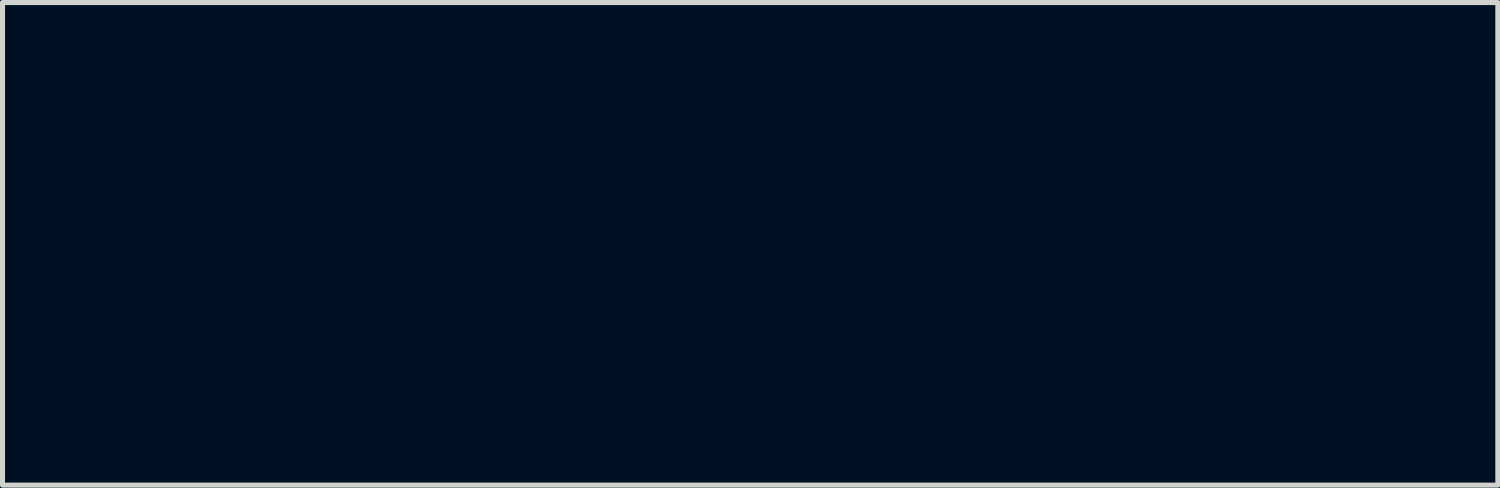
<source format=kicad_pcb>
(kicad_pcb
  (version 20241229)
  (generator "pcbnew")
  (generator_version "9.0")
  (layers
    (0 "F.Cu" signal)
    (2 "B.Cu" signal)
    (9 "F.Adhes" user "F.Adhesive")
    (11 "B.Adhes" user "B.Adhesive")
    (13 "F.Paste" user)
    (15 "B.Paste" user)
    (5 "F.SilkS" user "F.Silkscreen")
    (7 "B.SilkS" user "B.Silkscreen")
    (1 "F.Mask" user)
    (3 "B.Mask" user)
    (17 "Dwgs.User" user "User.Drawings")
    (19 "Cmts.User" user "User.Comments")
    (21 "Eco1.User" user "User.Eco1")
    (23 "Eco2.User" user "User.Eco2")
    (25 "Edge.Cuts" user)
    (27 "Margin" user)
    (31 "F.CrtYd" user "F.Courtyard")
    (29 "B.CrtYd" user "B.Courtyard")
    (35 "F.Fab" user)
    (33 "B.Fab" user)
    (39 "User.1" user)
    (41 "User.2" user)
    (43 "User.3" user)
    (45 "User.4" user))
  (footprint "Zynthian Logo Mask"
    (layer "F.Cu")
    (at 11.8 1.704)
    (property "Reference" "Zynthian Logo Mask" (at 0 0 0) (layer "F.Mask") (effects (font (size 1.524 1.524) (thickness 0.3))))
    (attr through_hole)
    (fp_poly (pts (xy 4.699 1.159) (xy 4.556 1.159) (xy 4.556 -1.032) (xy 4.699 -1.032) (xy 4.699 1.159)) (stroke (width 0.01) (type solid)) (fill yes) (layer "F.Mask"))
    (fp_poly (pts (xy 1.921 -1.032) (xy 2.508 -1.032) (xy 2.508 -0.905) (xy 1.921 -0.905) (xy 1.921 1.159) (xy 1.778 1.159) (xy 1.778 -1.699) (xy 1.921 -1.699) (xy 1.921 -1.032)) (stroke (width 0.01) (type solid)) (fill yes) (layer "F.Mask"))
    (fp_poly (pts (xy 4.683 -1.431) (xy 4.718 -1.393) (xy 4.731 -1.339) (xy 4.718 -1.288) (xy 4.684 -1.253) (xy 4.639 -1.239) (xy 4.59 -1.247) (xy 4.556 -1.27) (xy 4.528 -1.317) (xy 4.526 -1.365) (xy 4.547 -1.408) (xy 4.588 -1.437) (xy 4.63 -1.445) (xy 4.683 -1.431)) (stroke (width 0.01) (type solid)) (fill yes) (layer "F.Mask"))
    (fp_poly (pts (xy 2.826 -1.032) (xy 3.179 -1.032) (xy 3.338 -1.03) (xy 3.469 -1.026) (xy 3.577 -1.017) (xy 3.665 -1.004) (xy 3.737 -0.984) (xy 3.798 -0.958) (xy 3.851 -0.925) (xy 3.901 -0.884) (xy 3.909 -0.876) (xy 3.95 -0.827) (xy 3.988 -0.766) (xy 4.005 -0.731) (xy 4.012 -0.712) (xy 4.019 -0.692) (xy 4.024 -0.671) (xy 4.028 -0.644) (xy 4.032 -0.609) (xy 4.035 -0.563) (xy 4.037 -0.504) (xy 4.039 -0.429) (xy 4.041 -0.336) (xy 4.042 -0.221) (xy 4.043 -0.082) (xy 4.044 0.083) (xy 4.045 0.258) (xy 4.049 1.159) (xy 3.922 1.159) (xy 3.918 0.273) (xy 3.913 -0.612) (xy 3.873 -0.689) (xy 3.84 -0.747) (xy 3.803 -0.793) (xy 3.757 -0.83) (xy 3.701 -0.858) (xy 3.63 -0.878) (xy 3.541 -0.892) (xy 3.429 -0.9) (xy 3.292 -0.904) (xy 3.179 -0.905) (xy 2.826 -0.905) (xy 2.826 1.159) (xy 2.699 1.159) (xy 2.699 -1.699) (xy 2.826 -1.699) (xy 2.826 -1.032)) (stroke (width 0.01) (type solid)) (fill yes) (layer "F.Mask"))
    (fp_poly (pts (xy -1.87 -0.147) (xy -1.869 0.043) (xy -1.868 0.204) (xy -1.867 0.338) (xy -1.866 0.449) (xy -1.864 0.538) (xy -1.862 0.609) (xy -1.86 0.664) (xy -1.857 0.705) (xy -1.853 0.736) (xy -1.849 0.759) (xy -1.843 0.776) (xy -1.837 0.791) (xy -1.831 0.802) (xy -1.764 0.894) (xy -1.676 0.968) (xy -1.619 0.999) (xy -1.595 1.009) (xy -1.569 1.017) (xy -1.537 1.022) (xy -1.494 1.026) (xy -1.437 1.029) (xy -1.361 1.031) (xy -1.261 1.031) (xy -1.147 1.032) (xy -0.746 1.032) (xy -0.746 -1.032) (xy -0.618 -1.032) (xy -0.623 0.21) (xy -0.627 1.453) (xy -0.672 1.548) (xy -0.725 1.642) (xy -0.788 1.712) (xy -0.869 1.768) (xy -0.911 1.789) (xy -1.008 1.834) (xy -1.496 1.839) (xy -1.984 1.844) (xy -1.984 1.717) (xy -1.496 1.712) (xy -1.008 1.707) (xy -0.936 1.664) (xy -0.86 1.604) (xy -0.798 1.525) (xy -0.762 1.443) (xy -0.754 1.4) (xy -0.748 1.338) (xy -0.746 1.275) (xy -0.746 1.161) (xy -1.179 1.156) (xy -1.308 1.154) (xy -1.41 1.153) (xy -1.488 1.15) (xy -1.547 1.147) (xy -1.591 1.143) (xy -1.625 1.138) (xy -1.652 1.13) (xy -1.676 1.121) (xy -1.691 1.114) (xy -1.786 1.054) (xy -1.868 0.971) (xy -1.93 0.872) (xy -1.953 0.814) (xy -1.959 0.791) (xy -1.965 0.766) (xy -1.97 0.738) (xy -1.974 0.704) (xy -1.977 0.66) (xy -1.98 0.605) (xy -1.981 0.535) (xy -1.983 0.447) (xy -1.984 0.339) (xy -1.984 0.208) (xy -1.984 0.051) (xy -1.984 -0.134) (xy -1.984 -1.032) (xy -1.875 -1.032) (xy -1.87 -0.147)) (stroke (width 0.01) (type solid)) (fill yes) (layer "F.Mask"))
    (fp_poly (pts (xy 0.676 -1.029) (xy 0.781 -1.024) (xy 0.878 -1.016) (xy 0.957 -1.005) (xy 1.013 -0.992) (xy 1.013 -0.992) (xy 1.115 -0.941) (xy 1.2 -0.867) (xy 1.262 -0.775) (xy 1.273 -0.75) (xy 1.281 -0.73) (xy 1.287 -0.711) (xy 1.293 -0.689) (xy 1.298 -0.663) (xy 1.301 -0.629) (xy 1.304 -0.585) (xy 1.307 -0.528) (xy 1.309 -0.456) (xy 1.31 -0.365) (xy 1.311 -0.254) (xy 1.312 -0.119) (xy 1.313 0.043) (xy 1.314 0.233) (xy 1.314 0.25) (xy 1.319 1.159) (xy 1.191 1.159) (xy 1.191 0.297) (xy 1.191 0.097) (xy 1.19 -0.073) (xy 1.189 -0.217) (xy 1.188 -0.337) (xy 1.185 -0.436) (xy 1.181 -0.516) (xy 1.176 -0.58) (xy 1.169 -0.63) (xy 1.16 -0.669) (xy 1.149 -0.7) (xy 1.136 -0.726) (xy 1.12 -0.748) (xy 1.101 -0.77) (xy 1.096 -0.775) (xy 1.051 -0.814) (xy 0.995 -0.85) (xy 0.972 -0.862) (xy 0.942 -0.875) (xy 0.911 -0.884) (xy 0.874 -0.89) (xy 0.825 -0.894) (xy 0.759 -0.896) (xy 0.669 -0.897) (xy 0.619 -0.897) (xy 0.497 -0.896) (xy 0.401 -0.893) (xy 0.327 -0.885) (xy 0.269 -0.873) (xy 0.222 -0.854) (xy 0.181 -0.828) (xy 0.141 -0.793) (xy 0.127 -0.779) (xy 0.08 -0.727) (xy 0.051 -0.679) (xy 0.034 -0.623) (xy 0.034 -0.621) (xy 0.029 -0.581) (xy 0.025 -0.51) (xy 0.022 -0.407) (xy 0.019 -0.272) (xy 0.017 -0.105) (xy 0.016 0.093) (xy 0.016 0.31) (xy 0.016 1.159) (xy -0.096 1.159) (xy -0.092 0.242) (xy -0.087 -0.675) (xy -0.051 -0.754) (xy 0.008 -0.851) (xy 0.085 -0.925) (xy 0.184 -0.979) (xy 0.308 -1.015) (xy 0.312 -1.016) (xy 0.379 -1.025) (xy 0.468 -1.03) (xy 0.569 -1.031) (xy 0.676 -1.029)) (stroke (width 0.01) (type solid)) (fill yes) (layer "F.Mask"))
    (fp_poly (pts (xy 7.919 -1.023) (xy 8.001 -1.022) (xy 8.063 -1.02) (xy 8.109 -1.015) (xy 8.147 -1.009) (xy 8.18 -0.999) (xy 8.215 -0.986) (xy 8.215 -0.986) (xy 8.316 -0.931) (xy 8.398 -0.856) (xy 8.456 -0.766) (xy 8.472 -0.727) (xy 8.478 -0.706) (xy 8.483 -0.682) (xy 8.487 -0.651) (xy 8.491 -0.61) (xy 8.494 -0.558) (xy 8.497 -0.492) (xy 8.499 -0.408) (xy 8.5 -0.304) (xy 8.502 -0.178) (xy 8.503 -0.027) (xy 8.505 0.151) (xy 8.505 0.258) (xy 8.511 1.159) (xy 8.382 1.159) (xy 8.382 0.31) (xy 8.382 0.1) (xy 8.381 -0.086) (xy 8.379 -0.246) (xy 8.377 -0.38) (xy 8.374 -0.486) (xy 8.37 -0.562) (xy 8.366 -0.609) (xy 8.365 -0.617) (xy 8.332 -0.702) (xy 8.275 -0.779) (xy 8.201 -0.841) (xy 8.148 -0.868) (xy 8.115 -0.879) (xy 8.077 -0.887) (xy 8.028 -0.892) (xy 7.964 -0.895) (xy 7.877 -0.897) (xy 7.787 -0.897) (xy 7.664 -0.896) (xy 7.569 -0.892) (xy 7.494 -0.883) (xy 7.436 -0.868) (xy 7.389 -0.847) (xy 7.347 -0.817) (xy 7.306 -0.777) (xy 7.305 -0.776) (xy 7.285 -0.754) (xy 7.268 -0.732) (xy 7.253 -0.708) (xy 7.241 -0.679) (xy 7.232 -0.642) (xy 7.224 -0.595) (xy 7.218 -0.536) (xy 7.214 -0.461) (xy 7.211 -0.368) (xy 7.209 -0.254) (xy 7.208 -0.117) (xy 7.207 0.045) (xy 7.207 0.236) (xy 7.207 0.297) (xy 7.207 1.159) (xy 7.096 1.159) (xy 7.096 0.275) (xy 7.096 0.07) (xy 7.096 -0.106) (xy 7.097 -0.256) (xy 7.099 -0.381) (xy 7.102 -0.485) (xy 7.106 -0.57) (xy 7.112 -0.639) (xy 7.12 -0.694) (xy 7.131 -0.738) (xy 7.144 -0.773) (xy 7.16 -0.802) (xy 7.179 -0.828) (xy 7.202 -0.853) (xy 7.229 -0.88) (xy 7.23 -0.882) (xy 7.277 -0.925) (xy 7.324 -0.959) (xy 7.375 -0.984) (xy 7.435 -1.002) (xy 7.509 -1.014) (xy 7.602 -1.02) (xy 7.719 -1.023) (xy 7.811 -1.024) (xy 7.919 -1.023)) (stroke (width 0.01) (type solid)) (fill yes) (layer "F.Mask"))
    (fp_poly (pts (xy -3.128 -1.028) (xy -2.967 -1.027) (xy -2.835 -1.026) (xy -2.729 -1.025) (xy -2.646 -1.023) (xy -2.582 -1.021) (xy -2.535 -1.018) (xy -2.503 -1.015) (xy -2.481 -1.01) (xy -2.467 -1.005) (xy -2.459 -0.998) (xy -2.454 -0.992) (xy -2.443 -0.977) (xy -2.435 -0.962) (xy -2.431 -0.944) (xy -2.432 -0.923) (xy -2.439 -0.895) (xy -2.453 -0.859) (xy -2.475 -0.813) (xy -2.506 -0.755) (xy -2.548 -0.683) (xy -2.6 -0.596) (xy -2.664 -0.49) (xy -2.742 -0.364) (xy -2.834 -0.217) (xy -2.941 -0.046) (xy -3.01 0.065) (xy -3.108 0.221) (xy -3.201 0.369) (xy -3.287 0.507) (xy -3.366 0.633) (xy -3.435 0.745) (xy -3.494 0.841) (xy -3.542 0.917) (xy -3.576 0.972) (xy -3.595 1.005) (xy -3.599 1.012) (xy -3.586 1.017) (xy -3.546 1.022) (xy -3.484 1.026) (xy -3.403 1.029) (xy -3.309 1.031) (xy -3.205 1.032) (xy -3.098 1.033) (xy -2.991 1.033) (xy -2.888 1.031) (xy -2.795 1.029) (xy -2.715 1.026) (xy -2.654 1.022) (xy -2.616 1.017) (xy -2.61 1.016) (xy -2.576 1.001) (xy -2.552 0.979) (xy -2.534 0.946) (xy -2.523 0.896) (xy -2.516 0.826) (xy -2.512 0.729) (xy -2.511 0.71) (xy -2.505 0.492) (xy -2.378 0.492) (xy -2.384 0.734) (xy -2.387 0.843) (xy -2.393 0.924) (xy -2.403 0.985) (xy -2.417 1.029) (xy -2.438 1.063) (xy -2.466 1.09) (xy -2.478 1.099) (xy -2.521 1.123) (xy -2.574 1.142) (xy -2.581 1.144) (xy -2.618 1.148) (xy -2.68 1.152) (xy -2.763 1.155) (xy -2.862 1.157) (xy -2.972 1.159) (xy -3.089 1.159) (xy -3.208 1.159) (xy -3.325 1.157) (xy -3.435 1.155) (xy -3.533 1.153) (xy -3.614 1.149) (xy -3.675 1.145) (xy -3.71 1.14) (xy -3.715 1.138) (xy -3.749 1.105) (xy -3.76 1.057) (xy -3.746 0.999) (xy -3.741 0.989) (xy -3.729 0.968) (xy -3.701 0.923) (xy -3.66 0.855) (xy -3.606 0.768) (xy -3.541 0.662) (xy -3.466 0.542) (xy -3.383 0.408) (xy -3.293 0.264) (xy -3.198 0.111) (xy -3.144 0.024) (xy -2.571 -0.897) (xy -3.174 -0.901) (xy -3.778 -0.905) (xy -3.778 -1.033) (xy -3.128 -1.028)) (stroke (width 0.01) (type solid)) (fill yes) (layer "F.Mask"))
    (fp_poly (pts (xy 5.695 -1.029) (xy 5.833 -1.027) (xy 5.944 -1.025) (xy 6.03 -1.023) (xy 6.097 -1.02) (xy 6.148 -1.017) (xy 6.187 -1.012) (xy 6.218 -1.006) (xy 6.245 -0.998) (xy 6.272 -0.987) (xy 6.277 -0.986) (xy 6.383 -0.928) (xy 6.471 -0.851) (xy 6.535 -0.757) (xy 6.543 -0.742) (xy 6.58 -0.659) (xy 6.58 0.818) (xy 6.533 0.903) (xy 6.464 0.998) (xy 6.374 1.077) (xy 6.293 1.122) (xy 6.248 1.134) (xy 6.179 1.144) (xy 6.091 1.151) (xy 5.993 1.155) (xy 5.89 1.156) (xy 5.79 1.155) (xy 5.7 1.15) (xy 5.627 1.142) (xy 5.588 1.134) (xy 5.467 1.087) (xy 5.366 1.017) (xy 5.288 0.928) (xy 5.236 0.821) (xy 5.23 0.801) (xy 5.221 0.764) (xy 5.215 0.721) (xy 5.211 0.666) (xy 5.209 0.594) (xy 5.208 0.502) (xy 5.319 0.502) (xy 5.321 0.608) (xy 5.327 0.692) (xy 5.338 0.758) (xy 5.354 0.81) (xy 5.377 0.853) (xy 5.408 0.891) (xy 5.426 0.909) (xy 5.472 0.95) (xy 5.52 0.981) (xy 5.574 1.003) (xy 5.641 1.018) (xy 5.725 1.027) (xy 5.832 1.03) (xy 5.905 1.031) (xy 5.999 1.03) (xy 6.086 1.027) (xy 6.159 1.023) (xy 6.212 1.018) (xy 6.231 1.014) (xy 6.291 0.986) (xy 6.352 0.936) (xy 6.405 0.875) (xy 6.442 0.812) (xy 6.447 0.798) (xy 6.454 0.76) (xy 6.459 0.691) (xy 6.465 0.592) (xy 6.469 0.464) (xy 6.472 0.306) (xy 6.473 0.257) (xy 6.48 -0.225) (xy 6.046 -0.219) (xy 5.911 -0.217) (xy 5.805 -0.214) (xy 5.723 -0.211) (xy 5.661 -0.208) (xy 5.615 -0.203) (xy 5.583 -0.197) (xy 5.56 -0.189) (xy 5.556 -0.187) (xy 5.468 -0.135) (xy 5.401 -0.066) (xy 5.37 -0.019) (xy 5.355 0.008) (xy 5.344 0.032) (xy 5.336 0.06) (xy 5.33 0.096) (xy 5.326 0.145) (xy 5.324 0.213) (xy 5.322 0.305) (xy 5.321 0.368) (xy 5.319 0.502) (xy 5.208 0.502) (xy 5.208 0.501) (xy 5.21 0.381) (xy 5.21 0.369) (xy 5.212 0.254) (xy 5.214 0.165) (xy 5.217 0.098) (xy 5.222 0.049) (xy 5.228 0.012) (xy 5.236 -0.018) (xy 5.247 -0.044) (xy 5.248 -0.048) (xy 5.313 -0.154) (xy 5.4 -0.237) (xy 5.474 -0.281) (xy 5.564 -0.325) (xy 6.017 -0.333) (xy 6.469 -0.341) (xy 6.465 -0.476) (xy 6.453 -0.596) (xy 6.423 -0.692) (xy 6.374 -0.767) (xy 6.303 -0.827) (xy 6.29 -0.835) (xy 6.234 -0.865) (xy 6.178 -0.887) (xy 6.148 -0.895) (xy 6.116 -0.897) (xy 6.058 -0.9) (xy 5.977 -0.902) (xy 5.88 -0.903) (xy 5.769 -0.904) (xy 5.651 -0.905) (xy 5.648 -0.905) (xy 5.207 -0.905) (xy 5.207 -1.034) (xy 5.695 -1.029)) (stroke (width 0.01) (type solid)) (fill yes) (layer "F.Mask"))
    (fp_poly (pts (xy -5.144 -1.475) (xy -5.035 -1.406) (xy -4.946 -1.314) (xy -4.891 -1.222) (xy -4.85 -1.135) (xy -4.85 0.024) (xy -4.85 0.243) (xy -4.85 0.433) (xy -4.85 0.596) (xy -4.851 0.734) (xy -4.851 0.849) (xy -4.852 0.944) (xy -4.854 1.021) (xy -4.855 1.082) (xy -4.858 1.13) (xy -4.861 1.166) (xy -4.864 1.194) (xy -4.868 1.215) (xy -4.873 1.232) (xy -4.879 1.246) (xy -4.884 1.258) (xy -4.935 1.342) (xy -5.005 1.422) (xy -5.083 1.488) (xy -5.148 1.526) (xy -5.231 1.564) (xy -6.652 1.567) (xy -6.897 1.568) (xy -7.112 1.568) (xy -7.299 1.569) (xy -7.462 1.569) (xy -7.6 1.568) (xy -7.717 1.568) (xy -7.815 1.567) (xy -7.895 1.566) (xy -7.96 1.564) (xy -8.012 1.562) (xy -8.053 1.56) (xy -8.084 1.557) (xy -8.109 1.553) (xy -8.128 1.549) (xy -8.145 1.544) (xy -8.159 1.539) (xy -8.266 1.487) (xy -8.354 1.414) (xy -8.41 1.343) (xy -8.427 1.318) (xy -8.441 1.294) (xy -8.454 1.271) (xy -8.465 1.244) (xy -8.474 1.213) (xy -8.481 1.174) (xy -8.487 1.125) (xy -8.492 1.064) (xy -8.495 0.989) (xy -8.498 0.897) (xy -8.499 0.785) (xy -8.5 0.652) (xy -8.501 0.513) (xy -8.398 0.513) (xy -8.398 0.679) (xy -8.397 0.816) (xy -8.395 0.928) (xy -8.391 1.019) (xy -8.385 1.091) (xy -8.377 1.148) (xy -8.366 1.193) (xy -8.352 1.23) (xy -8.334 1.263) (xy -8.311 1.293) (xy -8.292 1.317) (xy -8.242 1.365) (xy -8.181 1.408) (xy -8.153 1.423) (xy -8.072 1.461) (xy -6.652 1.457) (xy -5.231 1.453) (xy -5.164 1.409) (xy -5.093 1.357) (xy -5.042 1.303) (xy -5.001 1.235) (xy -4.991 1.214) (xy -4.981 1.194) (xy -4.973 1.173) (xy -4.967 1.151) (xy -4.962 1.122) (xy -4.959 1.083) (xy -4.956 1.032) (xy -4.955 0.965) (xy -4.954 0.878) (xy -4.953 0.769) (xy -4.953 0.632) (xy -4.953 0.536) (xy -4.953 -0.064) (xy -5.183 -0.064) (xy -5.273 -0.063) (xy -5.337 -0.062) (xy -5.379 -0.059) (xy -5.405 -0.053) (xy -5.42 -0.045) (xy -5.429 -0.033) (xy -5.429 -0.033) (xy -5.435 -0.006) (xy -5.44 0.046) (xy -5.444 0.115) (xy -5.445 0.194) (xy -5.445 0.199) (xy -5.447 0.304) (xy -5.453 0.382) (xy -5.466 0.44) (xy -5.487 0.481) (xy -5.518 0.513) (xy -5.561 0.538) (xy -5.566 0.541) (xy -5.646 0.565) (xy -5.72 0.558) (xy -5.777 0.53) (xy -5.8 0.511) (xy -5.818 0.489) (xy -5.832 0.459) (xy -5.843 0.419) (xy -5.85 0.363) (xy -5.854 0.289) (xy -5.857 0.193) (xy -5.858 0.071) (xy -5.858 -0.011) (xy -5.858 -0.137) (xy -5.859 -0.236) (xy -5.86 -0.31) (xy -5.863 -0.365) (xy -5.867 -0.405) (xy -5.872 -0.433) (xy -5.879 -0.454) (xy -5.888 -0.47) (xy -5.929 -0.515) (xy -5.977 -0.53) (xy -6.026 -0.516) (xy -6.071 -0.473) (xy -6.075 -0.466) (xy -6.083 -0.453) (xy -6.089 -0.435) (xy -6.094 -0.41) (xy -6.098 -0.374) (xy -6.101 -0.324) (xy -6.104 -0.258) (xy -6.106 -0.172) (xy -6.108 -0.062) (xy -6.11 0.073) (xy -6.112 0.206) (xy -6.114 0.366) (xy -6.116 0.497) (xy -6.118 0.602) (xy -6.121 0.685) (xy -6.124 0.748) (xy -6.127 0.795) (xy -6.131 0.829) (xy -6.136 0.852) (xy -6.143 0.869) (xy -6.148 0.878) (xy -6.202 0.936) (xy -6.272 0.968) (xy -6.334 0.974) (xy -6.415 0.963) (xy -6.477 0.926) (xy -6.52 0.869) (xy -6.527 0.855) (xy -6.532 0.837) (xy -6.537 0.812) (xy -6.54 0.778) (xy -6.543 0.731) (xy -6.546 0.669) (xy -6.548 0.589) (xy -6.549 0.489) (xy -6.551 0.365) (xy -6.552 0.215) (xy -6.553 0.036) (xy -6.553 0.032) (xy -6.554 -0.146) (xy -6.555 -0.295) (xy -6.556 -0.418) (xy -6.557 -0.517) (xy -6.559 -0.595) (xy -6.561 -0.655) (xy -6.564 -0.7) (xy -6.567 -0.732) (xy -6.572 -0.754) (xy -6.577 -0.77) (xy -6.583 -0.78) (xy -6.591 -0.789) (xy -6.591 -0.789) (xy -6.639 -0.82) (xy -6.693 -0.822) (xy -6.745 -0.796) (xy -6.756 -0.787) (xy -6.795 -0.748) (xy -6.795 0.027) (xy -6.795 0.212) (xy -6.795 0.368) (xy -6.796 0.497) (xy -6.797 0.603) (xy -6.8 0.688) (xy -6.804 0.755) (xy -6.81 0.807) (xy -6.818 0.846) (xy -6.829 0.875) (xy -6.842 0.897) (xy -6.858 0.915) (xy -6.877 0.93) (xy -6.895 0.943) (xy -6.954 0.969) (xy -7.026 0.976) (xy -7.096 0.962) (xy -7.139 0.94) (xy -7.163 0.921) (xy -7.183 0.902) (xy -7.199 0.878) (xy -7.212 0.847) (xy -7.222 0.805) (xy -7.229 0.75) (xy -7.233 0.678) (xy -7.236 0.586) (xy -7.238 0.472) (xy -7.239 0.331) (xy -7.239 0.181) (xy -7.239 0.017) (xy -7.24 -0.118) (xy -7.241 -0.227) (xy -7.244 -0.314) (xy -7.249 -0.38) (xy -7.255 -0.43) (xy -7.264 -0.465) (xy -7.275 -0.489) (xy -7.29 -0.505) (xy -7.308 -0.516) (xy -7.323 -0.523) (xy -7.375 -0.527) (xy -7.423 -0.507) (xy -7.457 -0.468) (xy -7.459 -0.463) (xy -7.464 -0.435) (xy -7.469 -0.379) (xy -7.473 -0.299) (xy -7.477 -0.199) (xy -7.479 -0.083) (xy -7.48 -0.008) (xy -7.482 0.128) (xy -7.485 0.236) (xy -7.489 0.319) (xy -7.495 0.383) (xy -7.504 0.43) (xy -7.517 0.465) (xy -7.534 0.492) (xy -7.556 0.514) (xy -7.585 0.534) (xy -7.588 0.537) (xy -7.655 0.564) (xy -7.726 0.564) (xy -7.795 0.538) (xy -7.853 0.487) (xy -7.87 0.465) (xy -7.882 0.441) (xy -7.89 0.407) (xy -7.896 0.358) (xy -7.9 0.288) (xy -7.903 0.199) (xy -7.906 0.117) (xy -7.911 0.046) (xy -7.917 -0.009) (xy -7.923 -0.04) (xy -7.925 -0.044) (xy -7.944 -0.052) (xy -7.985 -0.058) (xy -8.051 -0.062) (xy -8.146 -0.063) (xy -8.17 -0.064) (xy -8.398 -0.064) (xy -8.398 0.513) (xy -8.501 0.513) (xy -8.501 0.496) (xy -8.501 0.313) (xy -8.501 0.102) (xy -8.501 0.008) (xy -8.501 -0.62) (xy -8.398 -0.62) (xy -8.398 -0.177) (xy -8.144 -0.172) (xy -8.049 -0.17) (xy -7.981 -0.168) (xy -7.933 -0.164) (xy -7.901 -0.158) (xy -7.879 -0.15) (xy -7.862 -0.138) (xy -7.847 -0.123) (xy -7.83 -0.105) (xy -7.817 -0.086) (xy -7.809 -0.062) (xy -7.804 -0.026) (xy -7.8 0.027) (xy -7.797 0.103) (xy -7.795 0.157) (xy -7.791 0.252) (xy -7.787 0.319) (xy -7.781 0.366) (xy -7.774 0.397) (xy -7.764 0.417) (xy -7.756 0.427) (xy -7.714 0.455) (xy -7.668 0.456) (xy -7.627 0.433) (xy -7.599 0.388) (xy -7.596 0.376) (xy -7.594 0.351) (xy -7.592 0.299) (xy -7.589 0.225) (xy -7.587 0.133) (xy -7.586 0.027) (xy -7.584 -0.074) (xy -7.583 -0.201) (xy -7.581 -0.299) (xy -7.579 -0.374) (xy -7.577 -0.428) (xy -7.573 -0.467) (xy -7.567 -0.495) (xy -7.56 -0.514) (xy -7.551 -0.529) (xy -7.548 -0.534) (xy -7.488 -0.596) (xy -7.424 -0.63) (xy -7.37 -0.638) (xy -7.288 -0.624) (xy -7.219 -0.583) (xy -7.167 -0.515) (xy -7.164 -0.508) (xy -7.155 -0.49) (xy -7.147 -0.471) (xy -7.141 -0.449) (xy -7.137 -0.42) (xy -7.133 -0.381) (xy -7.131 -0.329) (xy -7.129 -0.26) (xy -7.128 -0.172) (xy -7.128 -0.06) (xy -7.128 0.078) (xy -7.128 0.176) (xy -7.128 0.789) (xy -7.089 0.831) (xy -7.041 0.865) (xy -6.993 0.87) (xy -6.948 0.845) (xy -6.944 0.84) (xy -6.937 0.831) (xy -6.931 0.819) (xy -6.926 0.8) (xy -6.922 0.774) (xy -6.919 0.736) (xy -6.916 0.683) (xy -6.914 0.614) (xy -6.912 0.526) (xy -6.91 0.415) (xy -6.908 0.28) (xy -6.907 0.117) (xy -6.906 0.018) (xy -6.904 -0.161) (xy -6.902 -0.311) (xy -6.9 -0.434) (xy -6.898 -0.535) (xy -6.896 -0.614) (xy -6.894 -0.676) (xy -6.891 -0.723) (xy -6.887 -0.758) (xy -6.882 -0.783) (xy -6.877 -0.801) (xy -6.87 -0.816) (xy -6.866 -0.824) (xy -6.814 -0.884) (xy -6.747 -0.921) (xy -6.672 -0.935) (xy -6.598 -0.922) (xy -6.555 -0.901) (xy -6.531 -0.884) (xy -6.51 -0.869) (xy -6.494 -0.851) (xy -6.48 -0.828) (xy -6.469 -0.797) (xy -6.461 -0.756) (xy -6.455 -0.702) (xy -6.45 -0.632) (xy -6.448 -0.543) (xy -6.446 -0.432) (xy -6.445 -0.298) (xy -6.445 -0.136) (xy -6.445 0.005) (xy -6.445 0.189) (xy -6.445 0.345) (xy -6.444 0.474) (xy -6.442 0.579) (xy -6.439 0.662) (xy -6.435 0.727) (xy -6.429 0.775) (xy -6.421 0.81) (xy -6.411 0.834) (xy -6.398 0.849) (xy -6.383 0.859) (xy -6.365 0.865) (xy -6.358 0.867) (xy -6.309 0.87) (xy -6.272 0.85) (xy -6.244 0.815) (xy -6.236 0.802) (xy -6.23 0.785) (xy -6.226 0.761) (xy -6.222 0.726) (xy -6.219 0.679) (xy -6.217 0.615) (xy -6.216 0.531) (xy -6.215 0.424) (xy -6.215 0.292) (xy -6.215 0.159) (xy -6.215 0.004) (xy -6.215 -0.124) (xy -6.214 -0.226) (xy -6.213 -0.306) (xy -6.211 -0.368) (xy -6.208 -0.414) (xy -6.204 -0.448) (xy -6.199 -0.473) (xy -6.193 -0.493) (xy -6.185 -0.51) (xy -6.182 -0.516) (xy -6.132 -0.581) (xy -6.069 -0.622) (xy -5.997 -0.638) (xy -5.925 -0.63) (xy -5.858 -0.598) (xy -5.803 -0.541) (xy -5.788 -0.516) (xy -5.778 -0.495) (xy -5.77 -0.472) (xy -5.764 -0.443) (xy -5.759 -0.404) (xy -5.756 -0.351) (xy -5.754 -0.28) (xy -5.752 -0.186) (xy -5.75 -0.066) (xy -5.749 -0.024) (xy -5.748 0.113) (xy -5.745 0.221) (xy -5.742 0.304) (xy -5.736 0.365) (xy -5.728 0.408) (xy -5.717 0.436) (xy -5.702 0.451) (xy -5.682 0.458) (xy -5.658 0.46) (xy -5.65 0.46) (xy -5.614 0.455) (xy -5.588 0.437) (xy -5.571 0.401) (xy -5.561 0.344) (xy -5.556 0.261) (xy -5.555 0.207) (xy -5.553 0.087) (xy -5.545 -0.005) (xy -5.528 -0.072) (xy -5.499 -0.119) (xy -5.453 -0.149) (xy -5.388 -0.166) (xy -5.299 -0.173) (xy -5.182 -0.175) (xy -5.178 -0.175) (xy -4.951 -0.175) (xy -4.956 -0.657) (xy -4.961 -1.139) (xy -5.016 -1.221) (xy -5.08 -1.297) (xy -5.157 -1.359) (xy -5.237 -1.4) (xy -5.269 -1.409) (xy -5.293 -1.41) (xy -5.347 -1.412) (xy -5.427 -1.414) (xy -5.532 -1.415) (xy -5.659 -1.417) (xy -5.806 -1.418) (xy -5.97 -1.419) (xy -6.149 -1.42) (xy -6.34 -1.42) (xy -6.542 -1.421) (xy -6.699 -1.421) (xy -8.072 -1.421) (xy -8.144 -1.383) (xy -8.243 -1.317) (xy -8.319 -1.234) (xy -8.366 -1.147) (xy -8.376 -1.119) (xy -8.383 -1.09) (xy -8.389 -1.056) (xy -8.393 -1.011) (xy -8.395 -0.952) (xy -8.397 -0.875) (xy -8.398 -0.776) (xy -8.398 -0.65) (xy -8.398 -0.62) (xy -8.501 -0.62) (xy -8.501 -1.119) (xy -8.459 -1.208) (xy -8.39 -1.324) (xy -8.301 -1.414) (xy -8.21 -1.472) (xy -8.12 -1.516) (xy -5.231 -1.516) (xy -5.144 -1.475)) (stroke (width 0.01) (type solid)) (fill yes) (layer "F.Mask")))
  (gr_rect
    (start -3 -3)
    (end 26.6 6.553)
    (stroke (width 0.1) (type default))
    (fill no)
    (layer "Edge.Cuts")))
</source>
